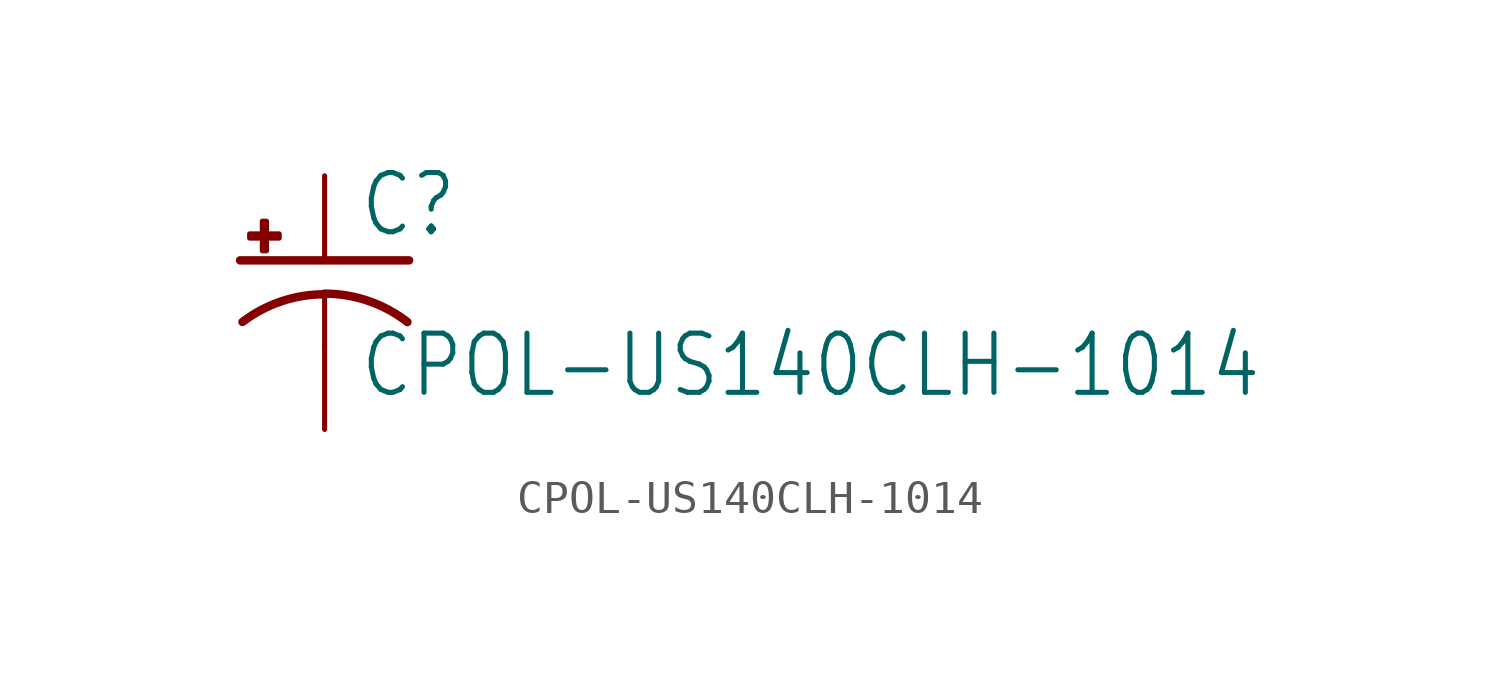
<source format=kicad_sym>
(kicad_symbol_lib
  (version 20220914)
  (generator kicad_symbol_editor)
  (symbol "CPOL-US140CLH-1014"
    (property "Reference" "C"
      (at 1.016 0.635 0)
      (effects (font (size 1.778 1.511)) (justify left bottom)))
    (property "Value" "CPOL-US140CLH-1014"
      (at 1.016 -4.191 0)
      (effects (font (size 1.778 1.511)) (justify left bottom)))
    (property "ki_locked" ""
      (at 0 0 0)
      (effects (font (size 1.27 1.27))))
    (symbol "CPOL-US140CLH-1014_1_0"
      (rectangle (start -2.253 0.668) (end -1.364 0.795) (stroke (width 0) (type default)) (fill (type outline)))
      (rectangle (start -1.872 0.287) (end -1.745 1.176) (stroke (width 0) (type default)) (fill (type outline)))
      (arc (start 0 -1.0161) (mid -1.3021 -1.2302) (end -2.4669 -1.8504) (stroke (width 0.254) (type default)) (fill (type none)))
      (polyline (pts (xy -2.54 0) (xy 2.54 0)) (stroke (width 0.254) (type default)) (fill (type none)))
      (polyline (pts (xy 0 -1.016) (xy 0 -2.54)) (stroke (width 0.152) (type default)) (fill (type none)))
      (arc (start 2.4892 -1.8542) (mid 1.3158 -1.2195) (end 0 -1) (stroke (width 0.254) (type default)) (fill (type none)))
      (pin passive line (at 0 2.54 270) (length 2.54) (name "+" (effects (font (size 0 0)))) (number "+" (effects (font (size 0 0)))))
      (pin passive line (at 0 -5.08 90) (length 2.54) (name "-" (effects (font (size 0 0)))) (number "-" (effects (font (size 0 0))))))))
</source>
